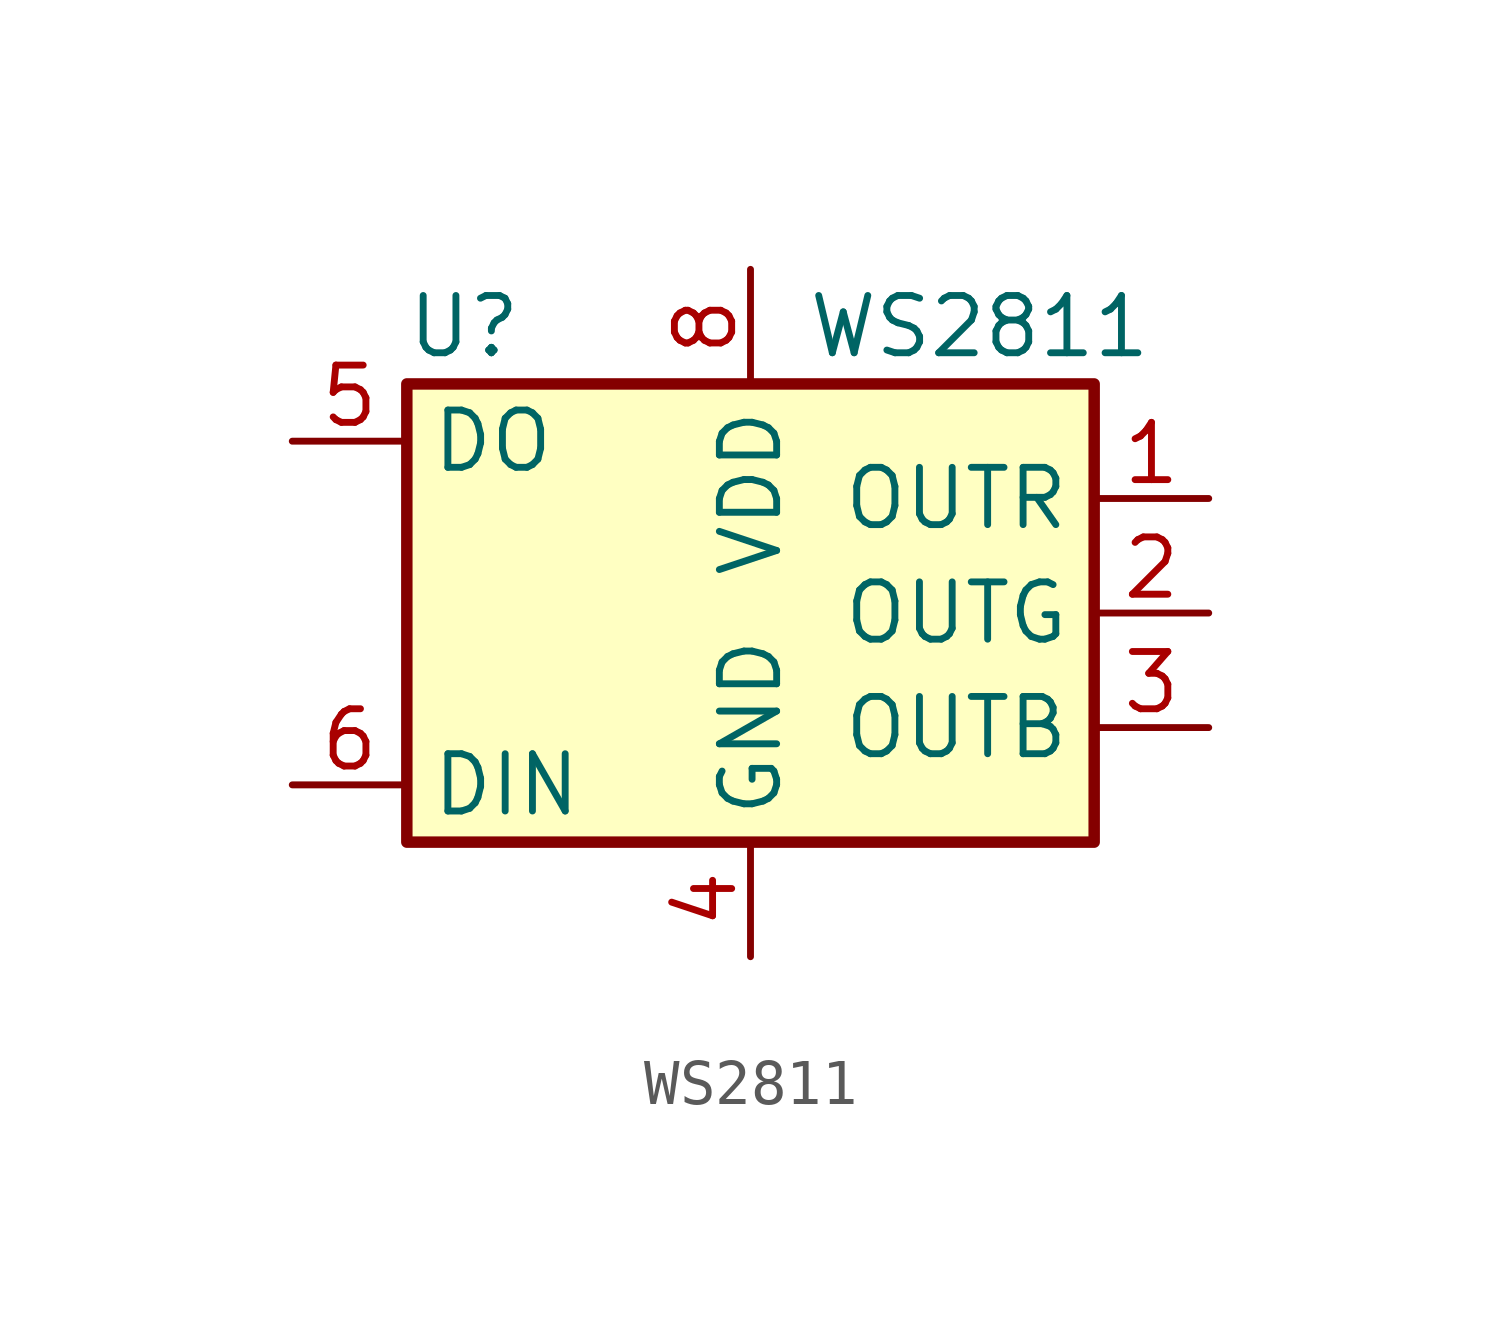
<source format=kicad_sym>
(kicad_symbol_lib
  (version 20231120)
  (generator "kicad_symbol_editor")
  (generator_version "8.0")
  (symbol "WS2811"
    (property "Reference" "U"
      (at -6.35 6.35 0)
      (effects (font (size 1.27 1.27))))
    (property "Value" "WS2811"
      (at 5.08 6.35 0)
      (effects (font (size 1.27 1.27))))
    (symbol "WS2811_0_1"
      (rectangle (start -7.62 5.08) (end 7.62 -5.08) (stroke (width 0.254) (type default)) (fill (type background))))
    (symbol "WS2811_1_1"
      (pin output line (at 10.16 2.54 180) (length 2.54) (name "OUTR" (effects (font (size 1.27 1.27)))) (number "1" (effects (font (size 1.27 1.27)))))
      (pin output line (at 10.16 0 180) (length 2.54) (name "OUTG" (effects (font (size 1.27 1.27)))) (number "2" (effects (font (size 1.27 1.27)))))
      (pin output line (at 10.16 -2.54 180) (length 2.54) (name "OUTB" (effects (font (size 1.27 1.27)))) (number "3" (effects (font (size 1.27 1.27)))))
      (pin power_in line (at 0 -7.62 90) (length 2.54) (name "GND" (effects (font (size 1.27 1.27)))) (number "4" (effects (font (size 1.27 1.27)))))
      (pin output line (at -10.16 3.81 0) (length 2.54) (name "DO" (effects (font (size 1.27 1.27)))) (number "5" (effects (font (size 1.27 1.27)))))
      (pin input line (at -10.16 -3.81 0) (length 2.54) (name "DIN" (effects (font (size 1.27 1.27)))) (number "6" (effects (font (size 1.27 1.27)))))
      (pin no_connect line (at -10.16 0 0) (length 2.54) hide (name "NC" (effects (font (size 1.27 1.27)))) (number "7" (effects (font (size 1.27 1.27)))))
      (pin power_in line (at 0 7.62 270) (length 2.54) (name "VDD" (effects (font (size 1.27 1.27)))) (number "8" (effects (font (size 1.27 1.27))))))))
</source>
